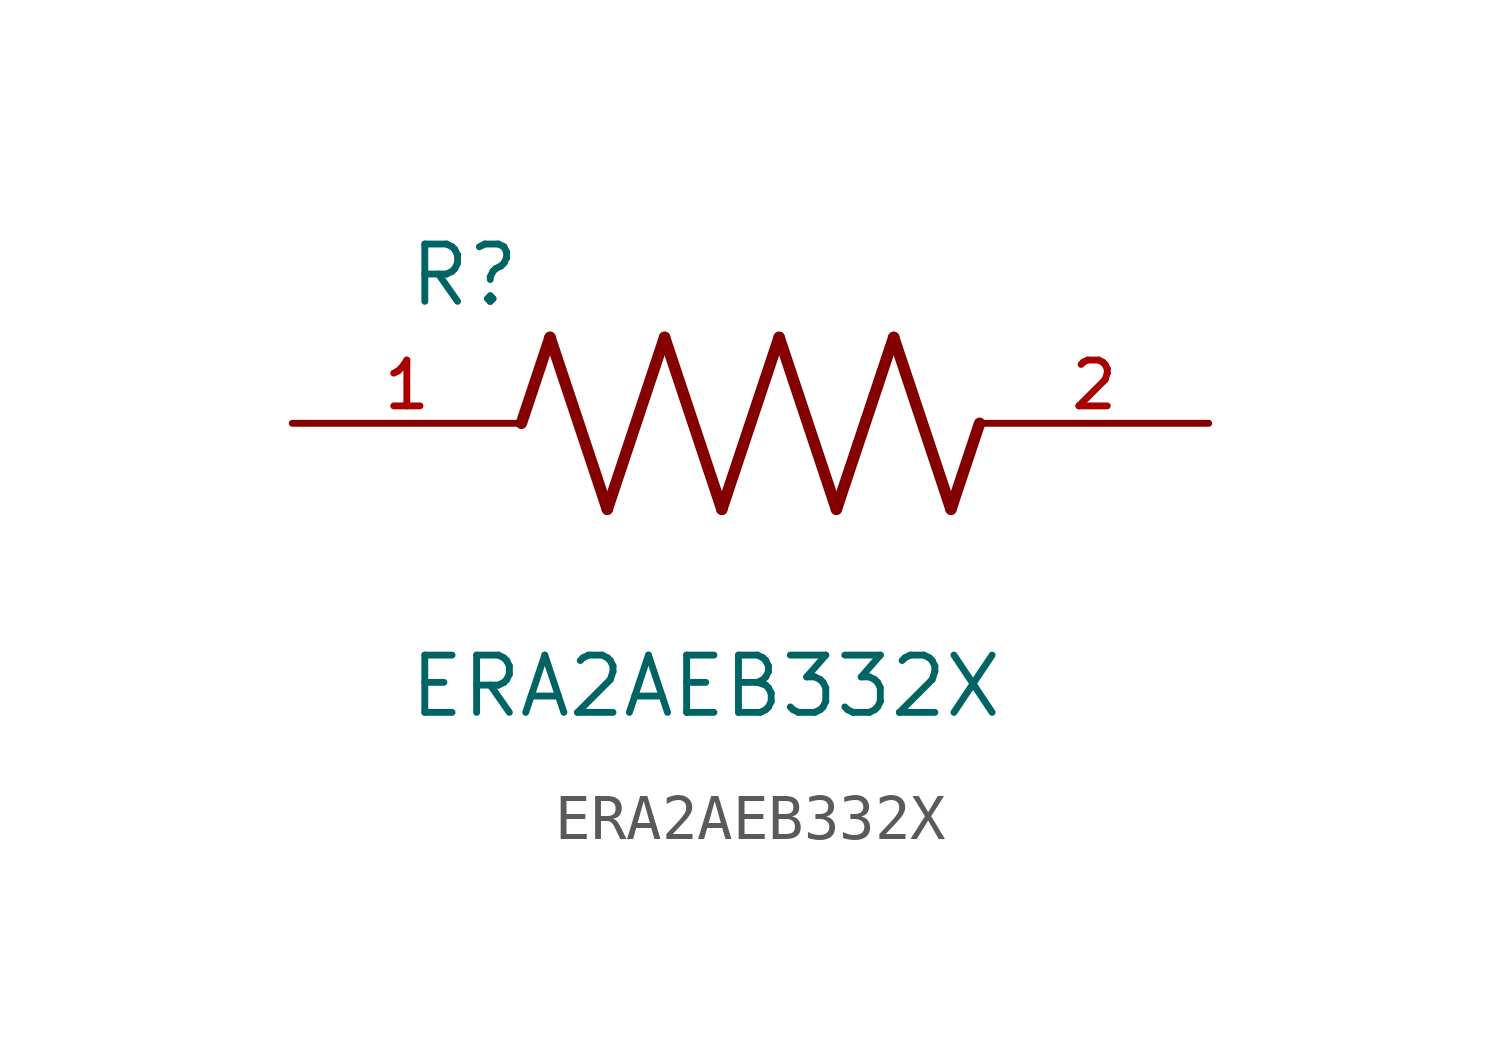
<source format=kicad_sym>
(kicad_symbol_lib
  (version 20211014)
  (generator kicad_symbol_editor)
  (symbol "ERA2AEB332X"
    (pin_names
      (offset 1.016))
    (property "Reference" "R"
      (at -7.624 2.541 0)
      (effects (font (size 1.27 1.27)) (justify bottom left)))
    (property "Value" "ERA2AEB332X"
      (at -7.624 -5.087 0)
      (effects (font (size 1.27 1.27)) (justify top left)))
    (symbol "ERA2AEB332X_0_0"
      (polyline (pts (xy -5.08 0.0) (xy -4.445 1.905)) (stroke (width 0.254)))
      (polyline (pts (xy -4.445 1.905) (xy -3.175 -1.905)) (stroke (width 0.254)))
      (polyline (pts (xy -3.175 -1.905) (xy -1.905 1.905)) (stroke (width 0.254)))
      (polyline (pts (xy -1.905 1.905) (xy -0.635 -1.905)) (stroke (width 0.254)))
      (polyline (pts (xy -0.635 -1.905) (xy 0.635 1.905)) (stroke (width 0.254)))
      (polyline (pts (xy 0.635 1.905) (xy 1.905 -1.905)) (stroke (width 0.254)))
      (polyline (pts (xy 1.905 -1.905) (xy 3.175 1.905)) (stroke (width 0.254)))
      (polyline (pts (xy 3.175 1.905) (xy 4.445 -1.905)) (stroke (width 0.254)))
      (polyline (pts (xy 4.445 -1.905) (xy 5.08 0.0)) (stroke (width 0.254)))
      (pin passive line (at -10.16 0.0 0) (length 5.08) (name "~" (effects (font (size 1.016 1.016)))) (number "1" (effects (font (size 1.016 1.016)))))
      (pin passive line (at 10.16 0.0 180.0) (length 5.08) (name "~" (effects (font (size 1.016 1.016)))) (number "2" (effects (font (size 1.016 1.016))))))))
</source>
